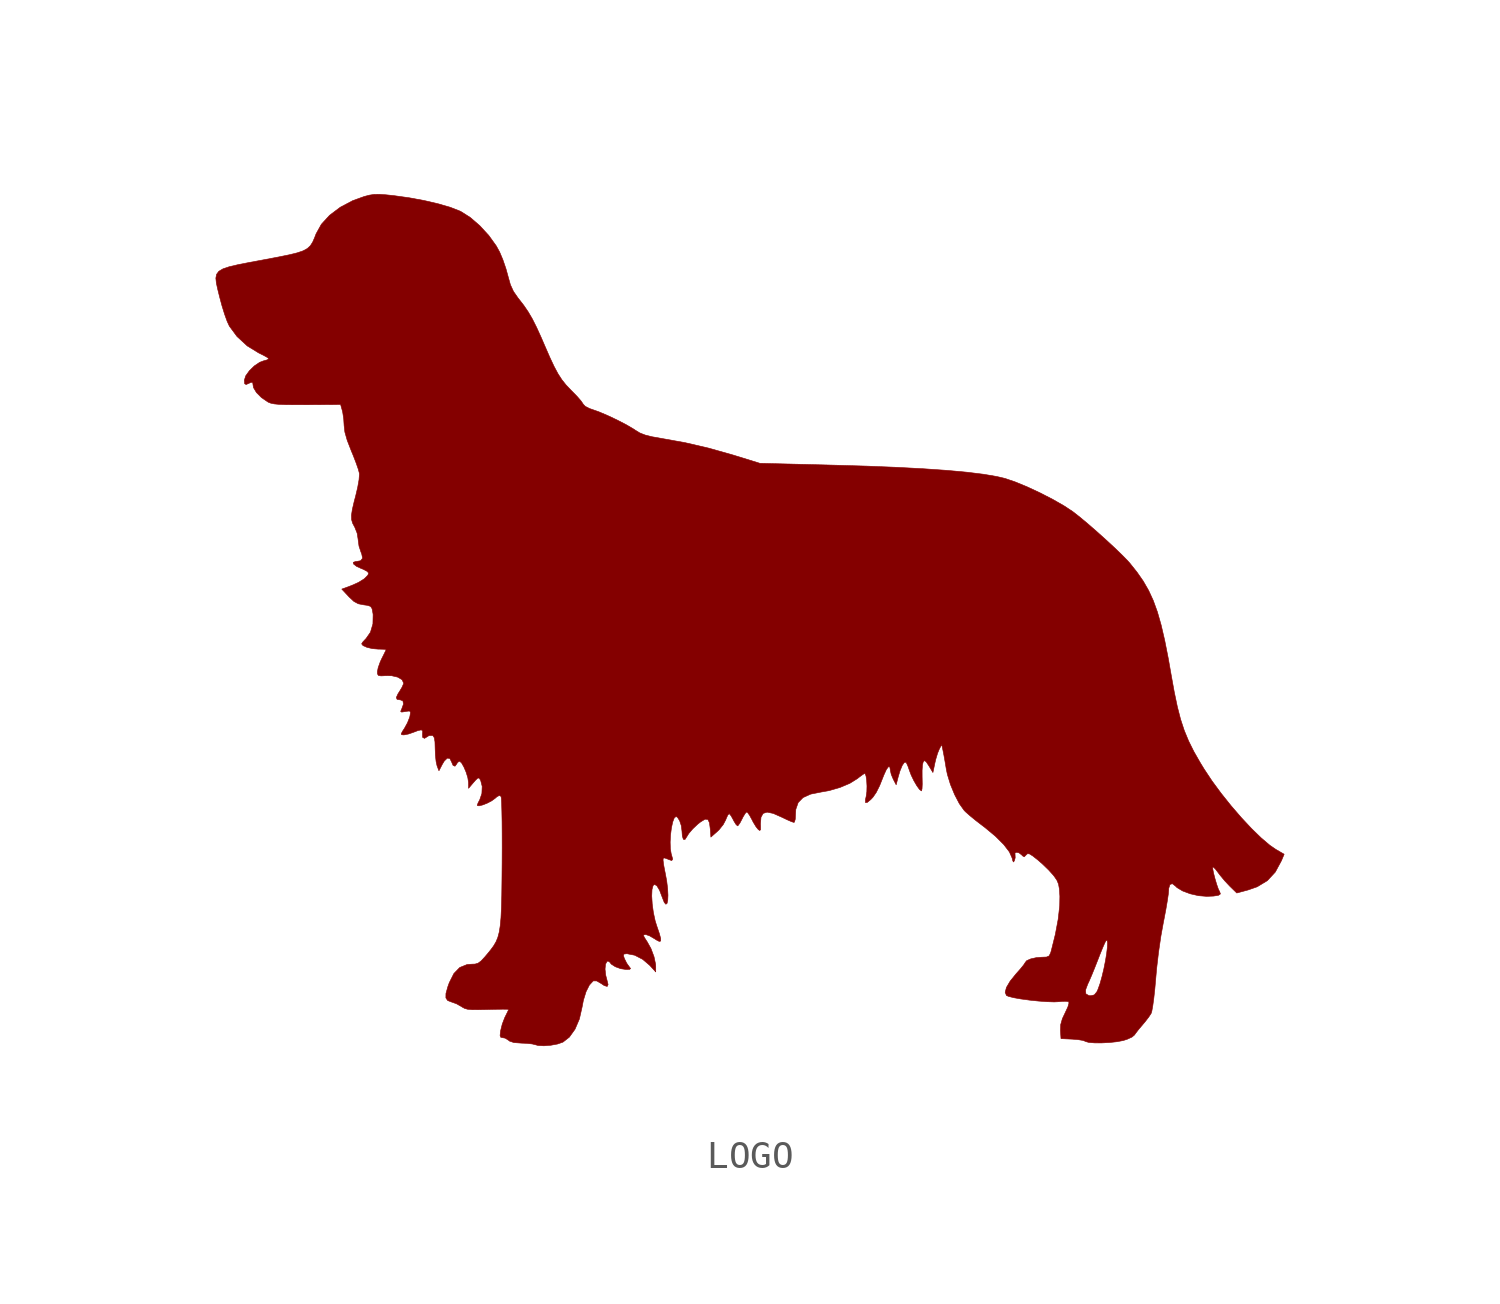
<source format=kicad_sym>
(kicad_symbol_lib
  (version 20220914)
  (generator bitmap2component)
  (symbol "LOGO"
    (pin_names
      (offset 1.016))
    (property "Reference" "#G"
      (at 0 15.639 0)
      (effects (font (size 1.27 1.27)) hide))
    (symbol "LOGO_0_0"
      (polyline (pts (xy -7.014 -15.909) (xy -6.766 -15.863) (xy -6.573 -15.795) (xy -6.341 -15.614) (xy -6.133 -15.323) (xy -5.974 -14.951) (xy -5.876 -14.519) (xy -5.828 -14.269) (xy -5.732 -13.958) (xy -5.611 -13.716) (xy -5.479 -13.573) (xy -5.458 -13.562) (xy -5.343 -13.564) (xy -5.18 -13.659) (xy -5.068 -13.734) (xy -4.96 -13.766) (xy -4.928 -13.696) (xy -4.971 -13.523) (xy -5.015 -13.355) (xy -5.039 -13.134) (xy -5.022 -12.953) (xy -4.966 -12.852) (xy -4.929 -12.839) (xy -4.864 -12.882) (xy -4.814 -12.95) (xy -4.665 -13.046) (xy -4.468 -13.118) (xy -4.269 -13.147) (xy -4.14 -13.142) (xy -4.108 -13.111) (xy -4.166 -13.035) (xy -4.248 -12.92) (xy -4.334 -12.748) (xy -4.368 -12.643) (xy -4.349 -12.584) (xy -4.24 -12.572) (xy -4.239 -12.572) (xy -3.958 -12.627) (xy -3.667 -12.777) (xy -3.407 -12.999) (xy -3.191 -13.236) (xy -3.191 -13.04) (xy -3.195 -12.961) (xy -3.254 -12.681) (xy -3.366 -12.382) (xy -3.509 -12.127) (xy -3.522 -12.109) (xy -3.604 -11.981) (xy -3.638 -11.908) (xy -3.633 -11.889) (xy -3.56 -11.871) (xy -3.417 -11.92) (xy -3.232 -12.028) (xy -3.17 -12.069) (xy -3.063 -12.124) (xy -3.011 -12.11) (xy -3.011 -12.016) (xy -3.062 -11.828) (xy -3.162 -11.534) (xy -3.213 -11.368) (xy -3.277 -11.07) (xy -3.319 -10.759) (xy -3.337 -10.468) (xy -3.327 -10.232) (xy -3.287 -10.084) (xy -3.232 -10.045) (xy -3.147 -10.099) (xy -3.052 -10.256) (xy -2.957 -10.506) (xy -2.951 -10.523) (xy -2.88 -10.702) (xy -2.822 -10.769) (xy -2.779 -10.738) (xy -2.753 -10.623) (xy -2.745 -10.438) (xy -2.758 -10.197) (xy -2.792 -9.915) (xy -2.85 -9.606) (xy -2.861 -9.555) (xy -2.903 -9.33) (xy -2.924 -9.164) (xy -2.919 -9.088) (xy -2.863 -9.082) (xy -2.744 -9.126) (xy -2.723 -9.137) (xy -2.606 -9.176) (xy -2.573 -9.123) (xy -2.615 -8.971) (xy -2.626 -8.937) (xy -2.658 -8.745) (xy -2.665 -8.503) (xy -2.651 -8.239) (xy -2.619 -7.985) (xy -2.572 -7.768) (xy -2.515 -7.62) (xy -2.45 -7.57) (xy -2.399 -7.598) (xy -2.32 -7.722) (xy -2.259 -7.905) (xy -2.234 -8.105) (xy -2.222 -8.28) (xy -2.184 -8.401) (xy -2.125 -8.409) (xy -2.052 -8.296) (xy -1.988 -8.192) (xy -1.842 -8.021) (xy -1.663 -7.852) (xy -1.554 -7.766) (xy -1.393 -7.668) (xy -1.29 -7.677) (xy -1.232 -7.798) (xy -1.201 -8.039) (xy -1.181 -8.322) (xy -0.945 -8.114) (xy -0.881 -8.053) (xy -0.731 -7.865) (xy -0.637 -7.687) (xy -0.626 -7.655) (xy -0.566 -7.521) (xy -0.517 -7.467) (xy -0.506 -7.471) (xy -0.443 -7.547) (xy -0.364 -7.69) (xy -0.343 -7.733) (xy -0.264 -7.861) (xy -0.208 -7.912) (xy -0.191 -7.902) (xy -0.124 -7.811) (xy -0.043 -7.657) (xy -0.009 -7.588) (xy 0.071 -7.456) (xy 0.127 -7.403) (xy 0.153 -7.42) (xy 0.228 -7.522) (xy 0.317 -7.685) (xy 0.362 -7.774) (xy 0.465 -7.943) (xy 0.548 -8.046) (xy 0.603 -8.081) (xy 0.631 -8.047) (xy 0.63 -7.908) (xy 0.627 -7.839) (xy 0.646 -7.598) (xy 0.724 -7.457) (xy 0.871 -7.411) (xy 1.094 -7.458) (xy 1.404 -7.595) (xy 1.598 -7.688) (xy 1.761 -7.759) (xy 1.847 -7.786) (xy 1.865 -7.773) (xy 1.895 -7.671) (xy 1.904 -7.5) (xy 1.915 -7.311) (xy 2.001 -7.063) (xy 2.179 -6.88) (xy 2.458 -6.754) (xy 2.85 -6.676) (xy 3.127 -6.627) (xy 3.525 -6.512) (xy 3.884 -6.361) (xy 4.16 -6.189) (xy 4.237 -6.128) (xy 4.364 -6.035) (xy 4.428 -5.999) (xy 4.44 -6.005) (xy 4.475 -6.093) (xy 4.499 -6.259) (xy 4.51 -6.462) (xy 4.505 -6.666) (xy 4.482 -6.83) (xy 4.454 -6.956) (xy 4.455 -7.062) (xy 4.516 -7.06) (xy 4.646 -6.954) (xy 4.725 -6.871) (xy 4.847 -6.694) (xy 4.971 -6.446) (xy 5.109 -6.1) (xy 5.122 -6.066) (xy 5.214 -5.863) (xy 5.29 -5.758) (xy 5.342 -5.76) (xy 5.361 -5.875) (xy 5.361 -5.883) (xy 5.394 -6.034) (xy 5.468 -6.21) (xy 5.574 -6.414) (xy 5.648 -6.126) (xy 5.713 -5.908) (xy 5.795 -5.709) (xy 5.872 -5.598) (xy 5.933 -5.593) (xy 5.946 -5.611) (xy 6.001 -5.73) (xy 6.062 -5.903) (xy 6.121 -6.06) (xy 6.218 -6.261) (xy 6.326 -6.447) (xy 6.425 -6.584) (xy 6.495 -6.637) (xy 6.499 -6.635) (xy 6.517 -6.558) (xy 6.525 -6.39) (xy 6.521 -6.162) (xy 6.52 -6.137) (xy 6.519 -5.893) (xy 6.532 -5.694) (xy 6.559 -5.581) (xy 6.564 -5.572) (xy 6.61 -5.532) (xy 6.67 -5.577) (xy 6.766 -5.722) (xy 6.914 -5.967) (xy 6.987 -5.616) (xy 7.02 -5.478) (xy 7.085 -5.26) (xy 7.149 -5.106) (xy 7.236 -4.946) (xy 7.282 -5.169) (xy 7.315 -5.339) (xy 7.359 -5.587) (xy 7.403 -5.852) (xy 7.441 -6.036) (xy 7.553 -6.402) (xy 7.705 -6.771) (xy 7.877 -7.101) (xy 8.052 -7.347) (xy 8.105 -7.401) (xy 8.265 -7.542) (xy 8.48 -7.718) (xy 8.719 -7.902) (xy 8.813 -7.973) (xy 9.197 -8.293) (xy 9.496 -8.592) (xy 9.701 -8.859) (xy 9.801 -9.083) (xy 9.829 -9.194) (xy 9.858 -9.228) (xy 9.892 -9.158) (xy 9.913 -9.073) (xy 9.908 -8.951) (xy 9.903 -8.908) (xy 9.956 -8.873) (xy 10.054 -8.896) (xy 10.152 -8.972) (xy 10.179 -9.004) (xy 10.243 -9.04) (xy 10.312 -8.971) (xy 10.314 -8.967) (xy 10.365 -8.925) (xy 10.436 -8.934) (xy 10.552 -9.007) (xy 10.739 -9.154) (xy 10.919 -9.312) (xy 11.137 -9.524) (xy 11.305 -9.711) (xy 11.333 -9.747) (xy 11.434 -9.893) (xy 11.493 -10.034) (xy 11.525 -10.214) (xy 11.542 -10.477) (xy 11.536 -10.823) (xy 11.481 -11.312) (xy 11.377 -11.867) (xy 11.229 -12.461) (xy 11.205 -12.544) (xy 11.151 -12.651) (xy 11.058 -12.693) (xy 10.881 -12.7) (xy 10.682 -12.716) (xy 10.481 -12.761) (xy 10.332 -12.826) (xy 10.275 -12.897) (xy 10.274 -12.902) (xy 10.222 -12.981) (xy 10.108 -13.122) (xy 9.952 -13.298) (xy 9.945 -13.306) (xy 9.73 -13.572) (xy 9.595 -13.801) (xy 9.569 -13.898) (xy 12.476 -13.898) (xy 12.558 -13.679) (xy 12.602 -13.587) (xy 12.697 -13.367) (xy 12.81 -13.09) (xy 12.926 -12.796) (xy 13.006 -12.59) (xy 13.103 -12.352) (xy 13.179 -12.179) (xy 13.223 -12.097) (xy 13.263 -12.084) (xy 13.28 -12.168) (xy 13.274 -12.336) (xy 13.247 -12.565) (xy 13.203 -12.834) (xy 13.146 -13.121) (xy 13.078 -13.406) (xy 13.005 -13.666) (xy 12.928 -13.88) (xy 12.89 -13.961) (xy 12.798 -14.073) (xy 12.669 -14.104) (xy 12.601 -14.099) (xy 12.49 -14.036) (xy 12.476 -13.898) (xy 9.569 -13.898) (xy 9.548 -13.979) (xy 9.594 -14.093) (xy 9.669 -14.127) (xy 9.858 -14.175) (xy 10.123 -14.222) (xy 10.434 -14.264) (xy 10.759 -14.298) (xy 11.071 -14.321) (xy 11.338 -14.33) (xy 11.531 -14.32) (xy 11.593 -14.312) (xy 11.763 -14.306) (xy 11.862 -14.322) (xy 11.874 -14.37) (xy 11.834 -14.513) (xy 11.736 -14.724) (xy 11.635 -14.937) (xy 11.572 -15.156) (xy 11.564 -15.377) (xy 11.583 -15.668) (xy 11.998 -15.687) (xy 12.203 -15.704) (xy 12.382 -15.733) (xy 12.473 -15.767) (xy 12.482 -15.774) (xy 12.601 -15.807) (xy 12.809 -15.823) (xy 13.07 -15.824) (xy 13.354 -15.809) (xy 13.625 -15.78) (xy 13.851 -15.737) (xy 13.993 -15.692) (xy 14.169 -15.612) (xy 14.263 -15.534) (xy 14.302 -15.476) (xy 14.415 -15.33) (xy 14.558 -15.161) (xy 14.641 -15.063) (xy 14.78 -14.884) (xy 14.87 -14.746) (xy 14.894 -14.668) (xy 14.929 -14.473) (xy 14.967 -14.193) (xy 15.004 -13.854) (xy 15.037 -13.48) (xy 15.071 -13.099) (xy 15.14 -12.511) (xy 15.224 -11.935) (xy 15.316 -11.429) (xy 15.343 -11.293) (xy 15.408 -10.949) (xy 15.46 -10.641) (xy 15.495 -10.4) (xy 15.508 -10.254) (xy 15.511 -10.189) (xy 15.555 -10.049) (xy 15.642 -10.019) (xy 15.758 -10.108) (xy 15.812 -10.161) (xy 16.017 -10.284) (xy 16.293 -10.387) (xy 16.599 -10.457) (xy 16.895 -10.481) (xy 17.142 -10.471) (xy 17.323 -10.443) (xy 17.395 -10.393) (xy 17.369 -10.317) (xy 17.368 -10.316) (xy 17.319 -10.216) (xy 17.259 -10.045) (xy 17.198 -9.84) (xy 17.146 -9.64) (xy 17.116 -9.485) (xy 17.117 -9.41) (xy 17.136 -9.413) (xy 17.212 -9.485) (xy 17.317 -9.622) (xy 17.38 -9.707) (xy 17.554 -9.917) (xy 17.738 -10.112) (xy 17.991 -10.359) (xy 18.407 -10.247) (xy 18.734 -10.133) (xy 19.105 -9.909) (xy 19.395 -9.596) (xy 19.62 -9.179) (xy 19.718 -8.945) (xy 19.416 -8.77) (xy 19.194 -8.617) (xy 18.881 -8.351) (xy 18.531 -8.011) (xy 18.16 -7.614) (xy 17.785 -7.18) (xy 17.422 -6.726) (xy 17.088 -6.273) (xy 16.799 -5.837) (xy 16.658 -5.606) (xy 16.425 -5.199) (xy 16.235 -4.817) (xy 16.077 -4.435) (xy 15.943 -4.028) (xy 15.825 -3.57) (xy 15.713 -3.036) (xy 15.598 -2.399) (xy 15.492 -1.797) (xy 15.363 -1.144) (xy 15.233 -0.587) (xy 15.097 -0.111) (xy 14.947 0.303) (xy 14.777 0.671) (xy 14.582 1.01) (xy 14.355 1.337) (xy 14.089 1.67) (xy 14.01 1.758) (xy 13.8 1.972) (xy 13.527 2.235) (xy 13.213 2.525) (xy 12.883 2.821) (xy 12.559 3.103) (xy 12.264 3.349) (xy 12.021 3.539) (xy 12.014 3.545) (xy 11.689 3.759) (xy 11.281 3.992) (xy 10.826 4.226) (xy 10.361 4.443) (xy 9.923 4.624) (xy 9.55 4.752) (xy 9.251 4.823) (xy 8.767 4.906) (xy 8.158 4.981) (xy 7.427 5.048) (xy 6.576 5.107) (xy 5.606 5.159) (xy 4.52 5.203) (xy 3.319 5.238) (xy 0.606 5.306) (xy -0.287 5.582) (xy -0.354 5.603) (xy -1.251 5.857) (xy -2.122 6.059) (xy -3.041 6.224) (xy -3.33 6.275) (xy -3.582 6.338) (xy -3.773 6.414) (xy -3.942 6.517) (xy -4.007 6.561) (xy -4.268 6.714) (xy -4.593 6.882) (xy -4.94 7.046) (xy -5.268 7.185) (xy -5.535 7.279) (xy -5.605 7.303) (xy -5.761 7.383) (xy -5.839 7.466) (xy -5.843 7.476) (xy -5.916 7.582) (xy -6.053 7.74) (xy -6.227 7.919) (xy -6.282 7.974) (xy -6.462 8.164) (xy -6.614 8.354) (xy -6.753 8.569) (xy -6.894 8.832) (xy -7.051 9.166) (xy -7.239 9.597) (xy -7.364 9.887) (xy -7.537 10.267) (xy -7.69 10.571) (xy -7.84 10.827) (xy -8 11.062) (xy -8.187 11.303) (xy -8.211 11.333) (xy -8.377 11.571) (xy -8.489 11.815) (xy -8.576 12.126) (xy -8.651 12.398) (xy -8.764 12.728) (xy -8.882 13.009) (xy -9.006 13.234) (xy -9.277 13.611) (xy -9.605 13.968) (xy -9.956 14.271) (xy -10.298 14.487) (xy -10.33 14.502) (xy -10.673 14.636) (xy -11.114 14.765) (xy -11.624 14.884) (xy -12.176 14.986) (xy -12.743 15.065) (xy -13.03 15.095) (xy -13.273 15.112) (xy -13.46 15.108) (xy -13.629 15.082) (xy -13.817 15.033) (xy -14.236 14.882) (xy -14.691 14.641) (xy -15.079 14.349) (xy -15.38 14.021) (xy -15.573 13.672) (xy -15.628 13.528) (xy -15.7 13.365) (xy -15.783 13.237) (xy -15.893 13.135) (xy -16.046 13.052) (xy -16.26 12.979) (xy -16.549 12.908) (xy -16.931 12.83) (xy -17.423 12.737) (xy -17.479 12.726) (xy -18.009 12.628) (xy -18.426 12.546) (xy -18.743 12.471) (xy -18.97 12.394) (xy -19.118 12.306) (xy -19.2 12.197) (xy -19.227 12.057) (xy -19.209 11.878) (xy -19.159 11.649) (xy -19.088 11.363) (xy -19.005 11.053) (xy -18.908 10.74) (xy -18.814 10.479) (xy -18.734 10.307) (xy -18.457 9.931) (xy -18.082 9.585) (xy -17.664 9.329) (xy -17.488 9.242) (xy -17.349 9.164) (xy -17.296 9.118) (xy -17.296 9.116) (xy -17.357 9.077) (xy -17.494 9.039) (xy -17.628 8.988) (xy -17.824 8.856) (xy -18.004 8.681) (xy -18.137 8.496) (xy -18.188 8.336) (xy -18.177 8.207) (xy -18.123 8.178) (xy -17.993 8.235) (xy -17.948 8.257) (xy -17.884 8.254) (xy -17.869 8.148) (xy -17.853 8.063) (xy -17.746 7.884) (xy -17.562 7.7) (xy -17.328 7.541) (xy -17.316 7.534) (xy -17.225 7.498) (xy -17.102 7.472) (xy -16.928 7.455) (xy -16.684 7.445) (xy -16.35 7.441) (xy -15.907 7.442) (xy -14.679 7.449) (xy -14.615 7.219) (xy -14.601 7.159) (xy -14.566 6.925) (xy -14.551 6.682) (xy -14.524 6.445) (xy -14.439 6.145) (xy -14.29 5.762) (xy -14.217 5.586) (xy -14.113 5.316) (xy -14.035 5.092) (xy -13.996 4.948) (xy -13.993 4.898) (xy -14.008 4.702) (xy -14.056 4.432) (xy -14.129 4.122) (xy -14.185 3.909) (xy -14.252 3.62) (xy -14.283 3.411) (xy -14.279 3.253) (xy -14.24 3.12) (xy -14.168 2.985) (xy -14.162 2.974) (xy -14.076 2.758) (xy -14.04 2.53) (xy -14.04 2.52) (xy -14.008 2.285) (xy -13.934 2.062) (xy -13.911 2.01) (xy -13.878 1.846) (xy -13.948 1.754) (xy -14.125 1.724) (xy -14.139 1.724) (xy -14.22 1.694) (xy -14.202 1.63) (xy -14.098 1.549) (xy -13.924 1.47) (xy -13.85 1.441) (xy -13.712 1.367) (xy -13.657 1.305) (xy -13.685 1.227) (xy -13.814 1.097) (xy -14.024 0.965) (xy -14.29 0.847) (xy -14.636 0.72) (xy -14.384 0.45) (xy -14.363 0.428) (xy -14.192 0.269) (xy -14.034 0.185) (xy -13.836 0.146) (xy -13.701 0.128) (xy -13.586 0.09) (xy -13.532 0.005) (xy -13.5 -0.164) (xy -13.494 -0.211) (xy -13.501 -0.548) (xy -13.591 -0.853) (xy -13.752 -1.084) (xy -13.768 -1.099) (xy -13.87 -1.209) (xy -13.912 -1.277) (xy -13.859 -1.342) (xy -13.715 -1.404) (xy -13.517 -1.45) (xy -13.303 -1.468) (xy -13.22 -1.469) (xy -13.076 -1.474) (xy -13.019 -1.484) (xy -13.033 -1.518) (xy -13.091 -1.639) (xy -13.179 -1.814) (xy -13.236 -1.938) (xy -13.309 -2.142) (xy -13.338 -2.292) (xy -13.335 -2.369) (xy -13.302 -2.427) (xy -13.207 -2.444) (xy -13.018 -2.435) (xy -12.818 -2.438) (xy -12.595 -2.49) (xy -12.439 -2.583) (xy -12.381 -2.705) (xy -12.385 -2.731) (xy -12.439 -2.857) (xy -12.535 -3.017) (xy -12.585 -3.094) (xy -12.648 -3.231) (xy -12.62 -3.3) (xy -12.498 -3.319) (xy -12.408 -3.355) (xy -12.387 -3.472) (xy -12.452 -3.651) (xy -12.49 -3.739) (xy -12.453 -3.764) (xy -12.316 -3.743) (xy -12.293 -3.738) (xy -12.167 -3.723) (xy -12.13 -3.769) (xy -12.151 -3.908) (xy -12.162 -3.953) (xy -12.241 -4.154) (xy -12.351 -4.355) (xy -12.414 -4.451) (xy -12.468 -4.55) (xy -12.455 -4.588) (xy -12.38 -4.595) (xy -12.362 -4.594) (xy -12.205 -4.563) (xy -12.02 -4.499) (xy -11.862 -4.438) (xy -11.736 -4.411) (xy -11.687 -4.452) (xy -11.694 -4.563) (xy -11.69 -4.684) (xy -11.62 -4.722) (xy -11.504 -4.65) (xy -11.458 -4.621) (xy -11.332 -4.616) (xy -11.31 -4.628) (xy -11.263 -4.7) (xy -11.239 -4.849) (xy -11.232 -5.099) (xy -11.223 -5.336) (xy -11.198 -5.567) (xy -11.163 -5.724) (xy -11.094 -5.903) (xy -10.97 -5.664) (xy -10.9 -5.548) (xy -10.79 -5.442) (xy -10.697 -5.453) (xy -10.632 -5.584) (xy -10.58 -5.706) (xy -10.509 -5.737) (xy -10.443 -5.648) (xy -10.419 -5.603) (xy -10.346 -5.552) (xy -10.342 -5.553) (xy -10.269 -5.617) (xy -10.185 -5.764) (xy -10.103 -5.956) (xy -10.042 -6.154) (xy -10.017 -6.322) (xy -10.014 -6.542) (xy -9.831 -6.327) (xy -9.764 -6.25) (xy -9.678 -6.168) (xy -9.627 -6.17) (xy -9.579 -6.244) (xy -9.575 -6.249) (xy -9.518 -6.471) (xy -9.528 -6.729) (xy -9.605 -6.956) (xy -9.668 -7.077) (xy -9.698 -7.159) (xy -9.697 -7.167) (xy -9.635 -7.182) (xy -9.504 -7.15) (xy -9.339 -7.086) (xy -9.177 -7.002) (xy -9.053 -6.913) (xy -8.979 -6.848) (xy -8.888 -6.801) (xy -8.83 -6.839) (xy -8.818 -6.913) (xy -8.808 -7.101) (xy -8.8 -7.388) (xy -8.793 -7.758) (xy -8.79 -8.197) (xy -8.789 -8.69) (xy -8.791 -9.222) (xy -8.791 -9.247) (xy -8.797 -9.907) (xy -8.804 -10.454) (xy -8.816 -10.902) (xy -8.833 -11.264) (xy -8.86 -11.554) (xy -8.897 -11.787) (xy -8.947 -11.976) (xy -9.012 -12.135) (xy -9.095 -12.277) (xy -9.197 -12.418) (xy -9.321 -12.571) (xy -9.416 -12.683) (xy -9.554 -12.833) (xy -9.663 -12.915) (xy -9.774 -12.949) (xy -9.921 -12.955) (xy -10.072 -12.968) (xy -10.336 -13.075) (xy -10.549 -13.294) (xy -10.718 -13.63) (xy -10.772 -13.781) (xy -10.839 -14.024) (xy -10.841 -14.182) (xy -10.777 -14.278) (xy -10.644 -14.33) (xy -10.46 -14.395) (xy -10.268 -14.502) (xy -10.244 -14.519) (xy -10.157 -14.567) (xy -10.048 -14.597) (xy -9.89 -14.611) (xy -9.658 -14.613) (xy -9.324 -14.606) (xy -9.31 -14.605) (xy -9.015 -14.598) (xy -8.774 -14.595) (xy -8.611 -14.596) (xy -8.552 -14.601) (xy -8.556 -14.615) (xy -8.601 -14.712) (xy -8.678 -14.867) (xy -8.694 -14.899) (xy -8.786 -15.139) (xy -8.845 -15.375) (xy -8.85 -15.404) (xy -8.865 -15.556) (xy -8.838 -15.621) (xy -8.759 -15.636) (xy -8.68 -15.65) (xy -8.552 -15.731) (xy -8.521 -15.758) (xy -8.359 -15.812) (xy -8.081 -15.832) (xy -7.902 -15.839) (xy -7.694 -15.862) (xy -7.562 -15.895) (xy -7.48 -15.918) (xy -7.269 -15.929) (xy -7.014 -15.909)) (stroke (width 0.01) (type default)) (fill (type outline))))))
</source>
